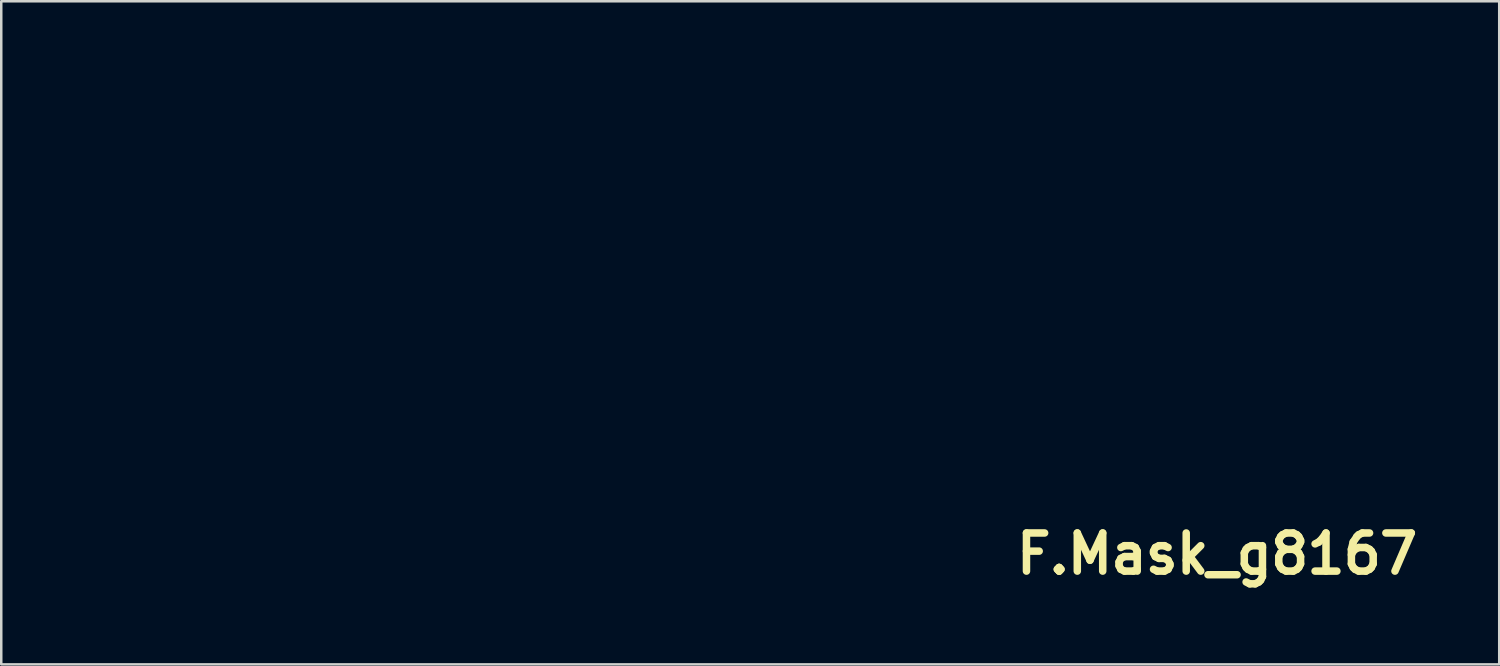
<source format=kicad_pcb>
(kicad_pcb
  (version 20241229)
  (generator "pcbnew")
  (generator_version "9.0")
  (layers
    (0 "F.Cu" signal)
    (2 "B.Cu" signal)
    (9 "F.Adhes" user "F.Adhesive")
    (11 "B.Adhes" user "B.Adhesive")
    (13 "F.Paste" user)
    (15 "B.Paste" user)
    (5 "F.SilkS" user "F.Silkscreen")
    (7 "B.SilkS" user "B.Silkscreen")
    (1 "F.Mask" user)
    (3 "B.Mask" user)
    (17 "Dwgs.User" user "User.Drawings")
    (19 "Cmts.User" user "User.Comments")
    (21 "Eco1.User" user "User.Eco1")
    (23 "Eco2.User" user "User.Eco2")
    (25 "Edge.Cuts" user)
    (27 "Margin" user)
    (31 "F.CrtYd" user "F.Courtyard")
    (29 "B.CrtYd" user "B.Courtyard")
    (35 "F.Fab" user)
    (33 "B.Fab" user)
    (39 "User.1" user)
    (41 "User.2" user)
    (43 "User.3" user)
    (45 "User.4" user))
  (footprint "F.Mask_g8167"
    (layer "F.Cu")
    (at 45.608 19.093)
    (property "Reference" "F.Mask_g8167" (at 0 0 0) (layer "F.SilkS") (effects (font (size 1.524 1.524) (thickness 0.3))))
    (attr through_hole)
    (fp_poly (pts (xy -37.983 -19.058) (xy -37.735 -18.965) (xy -37.508 -18.81) (xy -37.314 -18.591) (xy -37.282 -18.542) (xy -37.257 -18.499) (xy -37.237 -18.453) (xy -37.221 -18.393) (xy -37.209 -18.311) (xy -37.199 -18.198) (xy -37.191 -18.044) (xy -37.184 -17.84) (xy -37.179 -17.577) (xy -37.173 -17.246) (xy -37.169 -16.933) (xy -37.148 -15.473) (xy -36.449 -15.451) (xy -36.162 -15.44) (xy -35.944 -15.426) (xy -35.78 -15.403) (xy -35.654 -15.368) (xy -35.551 -15.316) (xy -35.455 -15.243) (xy -35.35 -15.143) (xy -35.341 -15.134) (xy -35.17 -14.925) (xy -35.072 -14.706) (xy -35.037 -14.45) (xy -35.037 -14.413) (xy -35.075 -14.117) (xy -35.189 -13.857) (xy -35.377 -13.637) (xy -35.408 -13.611) (xy -35.54 -13.51) (xy -35.661 -13.437) (xy -35.791 -13.387) (xy -35.945 -13.357) (xy -36.143 -13.341) (xy -36.402 -13.335) (xy -36.511 -13.335) (xy -37.126 -13.335) (xy -37.126 -10.973) (xy -36.481 -10.956) (xy -36.185 -10.945) (xy -35.958 -10.927) (xy -35.785 -10.898) (xy -35.648 -10.853) (xy -35.533 -10.788) (xy -35.423 -10.698) (xy -35.361 -10.639) (xy -35.176 -10.409) (xy -35.07 -10.166) (xy -35.038 -9.906) (xy -35.076 -9.626) (xy -35.183 -9.369) (xy -35.347 -9.15) (xy -35.56 -8.985) (xy -35.712 -8.916) (xy -35.83 -8.886) (xy -35.983 -8.865) (xy -36.185 -8.853) (xy -36.453 -8.848) (xy -36.541 -8.848) (xy -37.169 -8.848) (xy -37.169 -7.428) (xy -37.169 -7.022) (xy -37.17 -6.69) (xy -37.175 -6.424) (xy -37.184 -6.214) (xy -37.199 -6.05) (xy -37.221 -5.922) (xy -37.252 -5.821) (xy -37.294 -5.738) (xy -37.347 -5.662) (xy -37.414 -5.585) (xy -37.465 -5.529) (xy -37.688 -5.345) (xy -37.94 -5.232) (xy -38.208 -5.19) (xy -38.476 -5.22) (xy -38.731 -5.322) (xy -38.957 -5.496) (xy -38.983 -5.523) (xy -39.06 -5.611) (xy -39.123 -5.697) (xy -39.173 -5.792) (xy -39.211 -5.904) (xy -39.24 -6.044) (xy -39.26 -6.22) (xy -39.273 -6.443) (xy -39.281 -6.721) (xy -39.284 -7.064) (xy -39.285 -7.482) (xy -39.285 -7.501) (xy -39.285 -8.848) (xy -41.402 -8.848) (xy -41.402 -7.428) (xy -41.402 -7.023) (xy -41.404 -6.693) (xy -41.408 -6.428) (xy -41.417 -6.219) (xy -41.431 -6.055) (xy -41.451 -5.928) (xy -41.48 -5.827) (xy -41.517 -5.742) (xy -41.566 -5.664) (xy -41.626 -5.584) (xy -41.656 -5.545) (xy -41.847 -5.369) (xy -42.088 -5.25) (xy -42.359 -5.194) (xy -42.641 -5.206) (xy -42.661 -5.21) (xy -42.884 -5.29) (xy -43.099 -5.433) (xy -43.278 -5.617) (xy -43.338 -5.706) (xy -43.455 -5.905) (xy -43.468 -7.377) (xy -43.48 -8.848) (xy -44.108 -8.848) (xy -44.469 -8.857) (xy -44.759 -8.886) (xy -44.988 -8.941) (xy -45.169 -9.027) (xy -45.312 -9.148) (xy -45.429 -9.309) (xy -45.49 -9.422) (xy -45.588 -9.71) (xy -45.603 -9.998) (xy -45.536 -10.276) (xy -45.39 -10.536) (xy -45.334 -10.604) (xy -45.219 -10.72) (xy -45.099 -10.808) (xy -44.958 -10.87) (xy -44.781 -10.912) (xy -44.554 -10.939) (xy -44.261 -10.954) (xy -44.164 -10.957) (xy -43.519 -10.973) (xy -43.519 -13.335) (xy -41.402 -13.335) (xy -41.402 -10.964) (xy -39.285 -10.964) (xy -39.285 -13.335) (xy -41.402 -13.335) (xy -43.519 -13.335) (xy -43.519 -13.377) (xy -44.185 -13.378) (xy -44.488 -13.382) (xy -44.722 -13.395) (xy -44.901 -13.421) (xy -45.042 -13.464) (xy -45.158 -13.528) (xy -45.265 -13.618) (xy -45.326 -13.679) (xy -45.482 -13.891) (xy -45.571 -14.134) (xy -45.598 -14.422) (xy -45.563 -14.721) (xy -45.457 -14.975) (xy -45.279 -15.184) (xy -45.029 -15.349) (xy -44.979 -15.373) (xy -44.898 -15.403) (xy -44.802 -15.425) (xy -44.674 -15.439) (xy -44.499 -15.447) (xy -44.261 -15.45) (xy -44.143 -15.451) (xy -43.476 -15.452) (xy -43.475 -16.88) (xy -43.475 -17.293) (xy -43.473 -17.631) (xy -43.467 -17.903) (xy -43.457 -18.118) (xy -43.441 -18.286) (xy -43.417 -18.416) (xy -43.385 -18.518) (xy -43.342 -18.601) (xy -43.287 -18.674) (xy -43.218 -18.747) (xy -43.176 -18.789) (xy -42.991 -18.943) (xy -42.801 -19.034) (xy -42.571 -19.078) (xy -42.549 -19.081) (xy -42.268 -19.077) (xy -42.026 -19.008) (xy -41.804 -18.865) (xy -41.766 -18.833) (xy -41.679 -18.757) (xy -41.608 -18.689) (xy -41.552 -18.62) (xy -41.508 -18.542) (xy -41.474 -18.444) (xy -41.45 -18.318) (xy -41.433 -18.153) (xy -41.422 -17.942) (xy -41.414 -17.674) (xy -41.408 -17.34) (xy -41.402 -16.933) (xy -41.381 -15.473) (xy -39.285 -15.45) (xy -39.285 -16.798) (xy -39.285 -17.199) (xy -39.282 -17.525) (xy -39.277 -17.784) (xy -39.269 -17.986) (xy -39.259 -18.14) (xy -39.245 -18.254) (xy -39.227 -18.339) (xy -39.223 -18.354) (xy -39.107 -18.615) (xy -38.938 -18.82) (xy -38.729 -18.968) (xy -38.492 -19.058) (xy -38.239 -19.088) (xy -37.983 -19.058)) (stroke (width 0.01) (type solid)) (fill yes) (layer "F.Mask")))
  (gr_rect
    (start -3 -3)
    (end 56.888 23.511)
    (stroke (width 0.1) (type default))
    (fill no)
    (layer "Edge.Cuts")))
</source>
